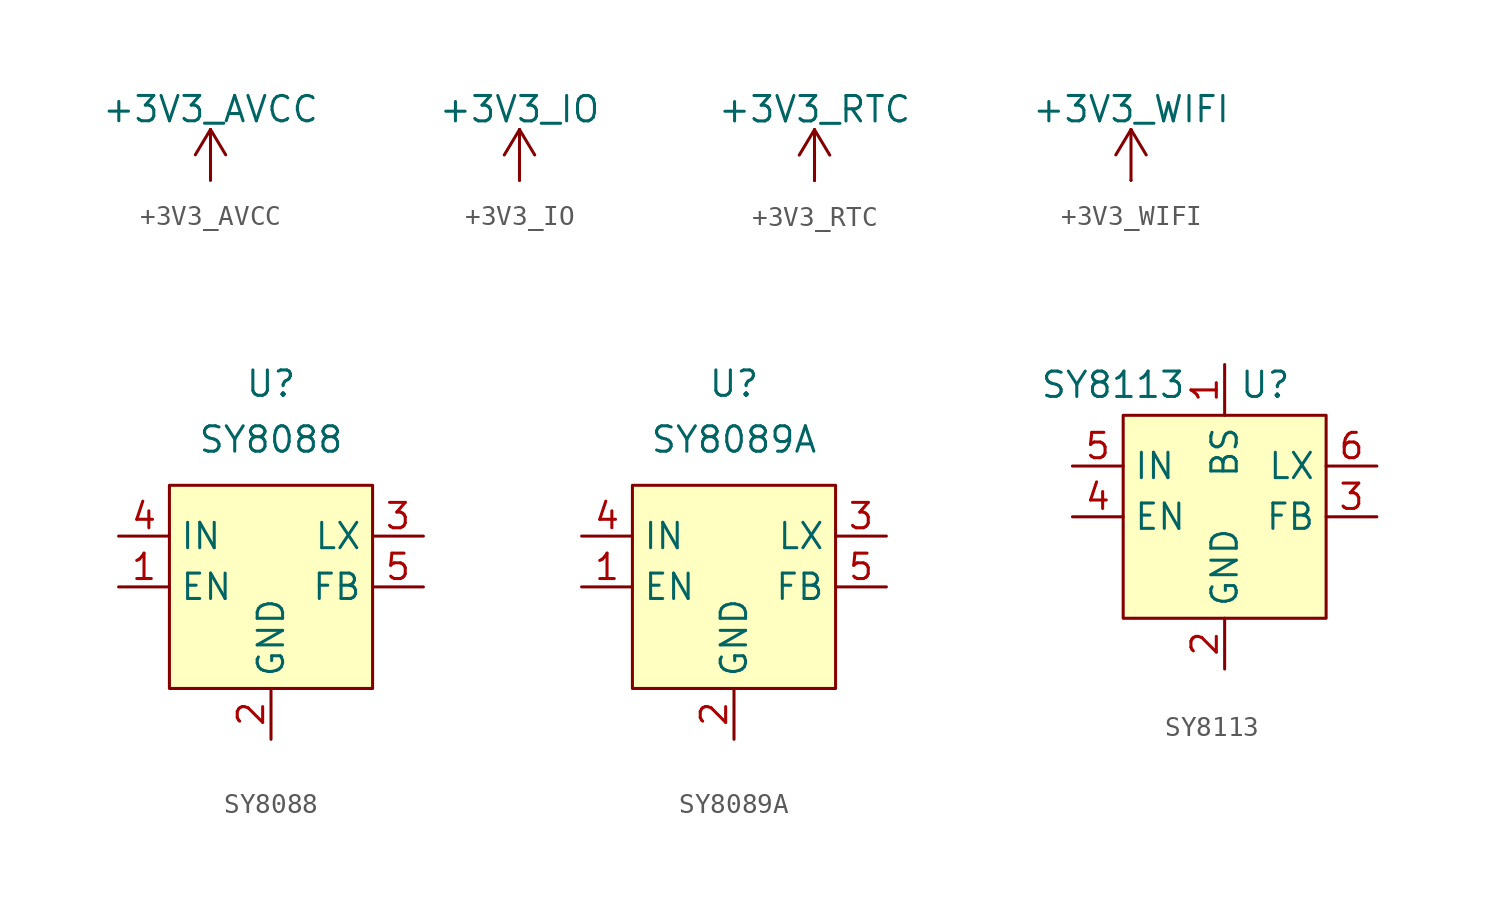
<source format=kicad_sym>
(kicad_symbol_lib
  (version 20241209)
  (generator "kicad_symbol_editor")
  (generator_version "9.0")
  (symbol "+3V3_AVCC"
    (power)
    (pin_numbers
      (hide yes))
    (pin_names
      (offset 0)
      (hide yes))
    (property "Reference" "#PWR"
      (at 0 -3.81 0)
      (effects (font (size 1.27 1.27)) (hide yes)))
    (property "Value" "+3V3_AVCC"
      (at 0 3.556 0)
      (effects (font (size 1.27 1.27))))
    (symbol "+3V3_AVCC_0_1"
      (polyline (pts (xy -0.762 1.27) (xy 0 2.54)) (stroke (width 0) (type default)) (fill (type none)))
      (polyline (pts (xy 0 2.54) (xy 0.762 1.27)) (stroke (width 0) (type default)) (fill (type none)))
      (polyline (pts (xy 0 0) (xy 0 2.54)) (stroke (width 0) (type default)) (fill (type none))))
    (symbol "+3V3_AVCC_1_1"
      (pin power_in line (at 0 0 90) (length 0) (name "~" (effects (font (size 1.27 1.27)))) (number "1" (effects (font (size 1.27 1.27)))))))
  (symbol "+3V3_IO"
    (power)
    (pin_numbers
      (hide yes))
    (pin_names
      (offset 0)
      (hide yes))
    (property "Reference" "#PWR"
      (at 0 -3.81 0)
      (effects (font (size 1.27 1.27)) (hide yes)))
    (property "Value" "+3V3_IO"
      (at 0 3.556 0)
      (effects (font (size 1.27 1.27))))
    (symbol "+3V3_IO_0_1"
      (polyline (pts (xy -0.762 1.27) (xy 0 2.54)) (stroke (width 0) (type default)) (fill (type none)))
      (polyline (pts (xy 0 2.54) (xy 0.762 1.27)) (stroke (width 0) (type default)) (fill (type none)))
      (polyline (pts (xy 0 0) (xy 0 2.54)) (stroke (width 0) (type default)) (fill (type none))))
    (symbol "+3V3_IO_1_1"
      (pin power_in line (at 0 0 90) (length 0) (name "~" (effects (font (size 1.27 1.27)))) (number "1" (effects (font (size 1.27 1.27)))))))
  (symbol "+3V3_RTC"
    (power)
    (pin_numbers
      (hide yes))
    (pin_names
      (offset 0)
      (hide yes))
    (property "Reference" "#PWR"
      (at 0 -3.81 0)
      (effects (font (size 1.27 1.27)) (hide yes)))
    (property "Value" "+3V3_RTC"
      (at 0 3.556 0)
      (effects (font (size 1.27 1.27))))
    (symbol "+3V3_RTC_0_1"
      (polyline (pts (xy -0.762 1.27) (xy 0 2.54)) (stroke (width 0) (type default)) (fill (type none)))
      (polyline (pts (xy 0 2.54) (xy 0.762 1.27)) (stroke (width 0) (type default)) (fill (type none)))
      (polyline (pts (xy 0 0) (xy 0 2.54)) (stroke (width 0) (type default)) (fill (type none))))
    (symbol "+3V3_RTC_1_1"
      (pin power_in line (at 0 0 90) (length 0) (name "~" (effects (font (size 1.27 1.27)))) (number "1" (effects (font (size 1.27 1.27)))))))
  (symbol "+3V3_WIFI"
    (power)
    (pin_numbers
      (hide yes))
    (pin_names
      (offset 0)
      (hide yes))
    (property "Reference" "#PWR"
      (at 0 -3.81 0)
      (effects (font (size 1.27 1.27)) (hide yes)))
    (property "Value" "+3V3_WIFI"
      (at 0 3.556 0)
      (effects (font (size 1.27 1.27))))
    (symbol "+3V3_WIFI_0_1"
      (polyline (pts (xy -0.762 1.27) (xy 0 2.54)) (stroke (width 0) (type default)) (fill (type none)))
      (polyline (pts (xy 0 2.54) (xy 0.762 1.27)) (stroke (width 0) (type default)) (fill (type none)))
      (polyline (pts (xy 0 0) (xy 0 2.54)) (stroke (width 0) (type default)) (fill (type none))))
    (symbol "+3V3_WIFI_1_1"
      (pin power_in line (at 0 0 90) (length 0) (name "~" (effects (font (size 1.27 1.27)))) (number "1" (effects (font (size 1.27 1.27)))))))
  (symbol "SY8088"
    (property "Reference" "U"
      (at 0 10.16 0)
      (effects (font (size 1.27 1.27))))
    (property "Value" "SY8088"
      (at 0 7.366 0)
      (effects (font (size 1.27 1.27))))
    (symbol "SY8088_0_0"
      (pin power_in line (at -7.62 2.54 0) (length 2.54) (name "IN" (effects (font (size 1.27 1.27)))) (number "4" (effects (font (size 1.27 1.27)))))
      (pin input line (at -7.62 0 0) (length 2.54) (name "EN" (effects (font (size 1.27 1.27)))) (number "1" (effects (font (size 1.27 1.27)))))
      (pin power_in line (at 0 -7.62 90) (length 2.54) (name "GND" (effects (font (size 1.27 1.27)))) (number "2" (effects (font (size 1.27 1.27)))))
      (pin power_out line (at 7.62 2.54 180) (length 2.54) (name "LX" (effects (font (size 1.27 1.27)))) (number "3" (effects (font (size 1.27 1.27)))))
      (pin input line (at 7.62 0 180) (length 2.54) (name "FB" (effects (font (size 1.27 1.27)))) (number "5" (effects (font (size 1.27 1.27))))))
    (symbol "SY8088_1_1"
      (rectangle (start -5.08 5.08) (end 5.08 -5.08) (stroke (width 0) (type solid)) (fill (type background)))))
  (symbol "SY8089A"
    (property "Reference" "U"
      (at 0 10.16 0)
      (effects (font (size 1.27 1.27))))
    (property "Value" "SY8089A"
      (at 0 7.366 0)
      (effects (font (size 1.27 1.27))))
    (symbol "SY8089A_0_0"
      (pin power_in line (at -7.62 2.54 0) (length 2.54) (name "IN" (effects (font (size 1.27 1.27)))) (number "4" (effects (font (size 1.27 1.27)))))
      (pin input line (at -7.62 0 0) (length 2.54) (name "EN" (effects (font (size 1.27 1.27)))) (number "1" (effects (font (size 1.27 1.27)))))
      (pin power_in line (at 0 -7.62 90) (length 2.54) (name "GND" (effects (font (size 1.27 1.27)))) (number "2" (effects (font (size 1.27 1.27)))))
      (pin power_out line (at 7.62 2.54 180) (length 2.54) (name "LX" (effects (font (size 1.27 1.27)))) (number "3" (effects (font (size 1.27 1.27)))))
      (pin input line (at 7.62 0 180) (length 2.54) (name "FB" (effects (font (size 1.27 1.27)))) (number "5" (effects (font (size 1.27 1.27))))))
    (symbol "SY8089A_1_1"
      (rectangle (start -5.08 5.08) (end 5.08 -5.08) (stroke (width 0) (type solid)) (fill (type background)))))
  (symbol "SY8113"
    (property "Reference" "U"
      (at 2.032 6.604 0)
      (effects (font (size 1.27 1.27))))
    (property "Value" "SY8113"
      (at -5.588 6.604 0)
      (effects (font (size 1.27 1.27))))
    (symbol "SY8113_0_0"
      (pin power_in line (at -7.62 2.54 0) (length 2.54) (name "IN" (effects (font (size 1.27 1.27)))) (number "5" (effects (font (size 1.27 1.27)))))
      (pin input line (at -7.62 0 0) (length 2.54) (name "EN" (effects (font (size 1.27 1.27)))) (number "4" (effects (font (size 1.27 1.27)))))
      (pin input line (at 0 7.62 270) (length 2.54) (name "BS" (effects (font (size 1.27 1.27)))) (number "1" (effects (font (size 1.27 1.27)))))
      (pin power_in line (at 0 -7.62 90) (length 2.54) (name "GND" (effects (font (size 1.27 1.27)))) (number "2" (effects (font (size 1.27 1.27)))))
      (pin power_out line (at 7.62 2.54 180) (length 2.54) (name "LX" (effects (font (size 1.27 1.27)))) (number "6" (effects (font (size 1.27 1.27)))))
      (pin input line (at 7.62 0 180) (length 2.54) (name "FB" (effects (font (size 1.27 1.27)))) (number "3" (effects (font (size 1.27 1.27))))))
    (symbol "SY8113_1_1"
      (rectangle (start -5.08 5.08) (end 5.08 -5.08) (stroke (width 0) (type solid)) (fill (type background))))))
</source>
